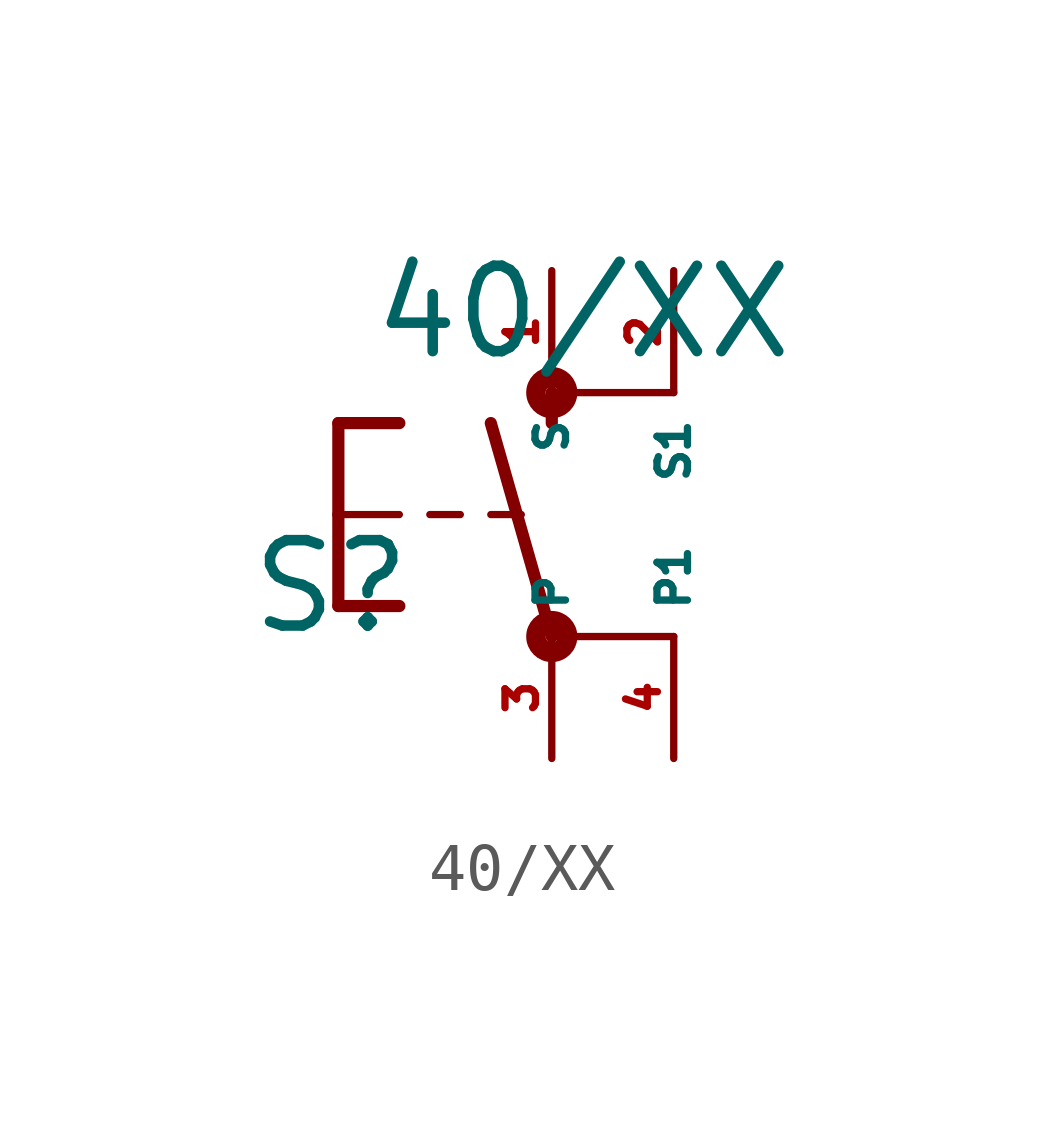
<source format=kicad_sym>
(kicad_symbol_lib
  (version 20220914)
  (generator Eagle2Kicad)
  (symbol "40/XX"
    (property "Reference" "S"
      (at -6.35 -2.54 0)
      (effects (font (size 1.778 1.778) (thickness 0.22)) (justify left bottom)))
    (property "Value" "40/XX"
      (at -3.81 3.175 0)
      (effects (font (size 1.778 1.778) (thickness 0.22)) (justify left bottom)))
    (polyline
      (pts (xy 0 1.905) (xy 0 2.54))
      (stroke (width 0.254) (type default))
      (fill (type none)))
    (polyline
      (pts (xy -4.445 1.905) (xy -3.175 1.905))
      (stroke (width 0.254) (type default))
      (fill (type none)))
    (polyline
      (pts (xy -4.445 -1.905) (xy -3.175 -1.905))
      (stroke (width 0.254) (type default))
      (fill (type none)))
    (polyline
      (pts (xy -4.445 1.905) (xy -4.445 0))
      (stroke (width 0.254) (type default))
      (fill (type none)))
    (polyline
      (pts (xy -4.445 0) (xy -4.445 -1.905))
      (stroke (width 0.254) (type default))
      (fill (type none)))
    (polyline
      (pts (xy -2.54 0) (xy -1.905 0))
      (stroke (width 0.152) (type default))
      (fill (type none)))
    (polyline
      (pts (xy -1.27 0) (xy -0.635 0))
      (stroke (width 0.152) (type default))
      (fill (type none)))
    (polyline
      (pts (xy -4.445 0) (xy -3.175 0))
      (stroke (width 0.152) (type default))
      (fill (type none)))
    (polyline
      (pts (xy 2.54 2.54) (xy 0 2.54))
      (stroke (width 0.152) (type default))
      (fill (type none)))
    (polyline
      (pts (xy 2.54 -2.54) (xy 0 -2.54))
      (stroke (width 0.152) (type default))
      (fill (type none)))
    (polyline
      (pts (xy 0 -2.54) (xy -1.27 1.905))
      (stroke (width 0.254) (type default))
      (fill (type none)))
    (circle
      (center 0 -2.54)
      (radius 0.127)
      (stroke (width 0.406) (type default))
      (fill (type none)))
    (circle
      (center 0 2.54)
      (radius 0.127)
      (stroke (width 0.406) (type default))
      (fill (type none)))
    (pin passive line
      (at 0 -5.08 90)
      (length 2.54)
      (name "P" (effects (font (size 0.635 0.635) (thickness 0.08)) (justify left bottom)))
      (number "3" (effects (font (size 0.635 0.635) (thickness 0.08)) (justify left bottom))))
    (pin passive line
      (at 0 5.08 270)
      (length 2.54)
      (name "S" (effects (font (size 0.635 0.635) (thickness 0.08)) (justify left bottom)))
      (number "1" (effects (font (size 0.635 0.635) (thickness 0.08)) (justify left bottom))))
    (pin passive line
      (at 2.54 5.08 270)
      (length 2.54)
      (name "S1" (effects (font (size 0.635 0.635) (thickness 0.08)) (justify left bottom)))
      (number "2" (effects (font (size 0.635 0.635) (thickness 0.08)) (justify left bottom))))
    (pin passive line
      (at 2.54 -5.08 90)
      (length 2.54)
      (name "P1" (effects (font (size 0.635 0.635) (thickness 0.08)) (justify left bottom)))
      (number "4" (effects (font (size 0.635 0.635) (thickness 0.08)) (justify left bottom))))))
</source>
